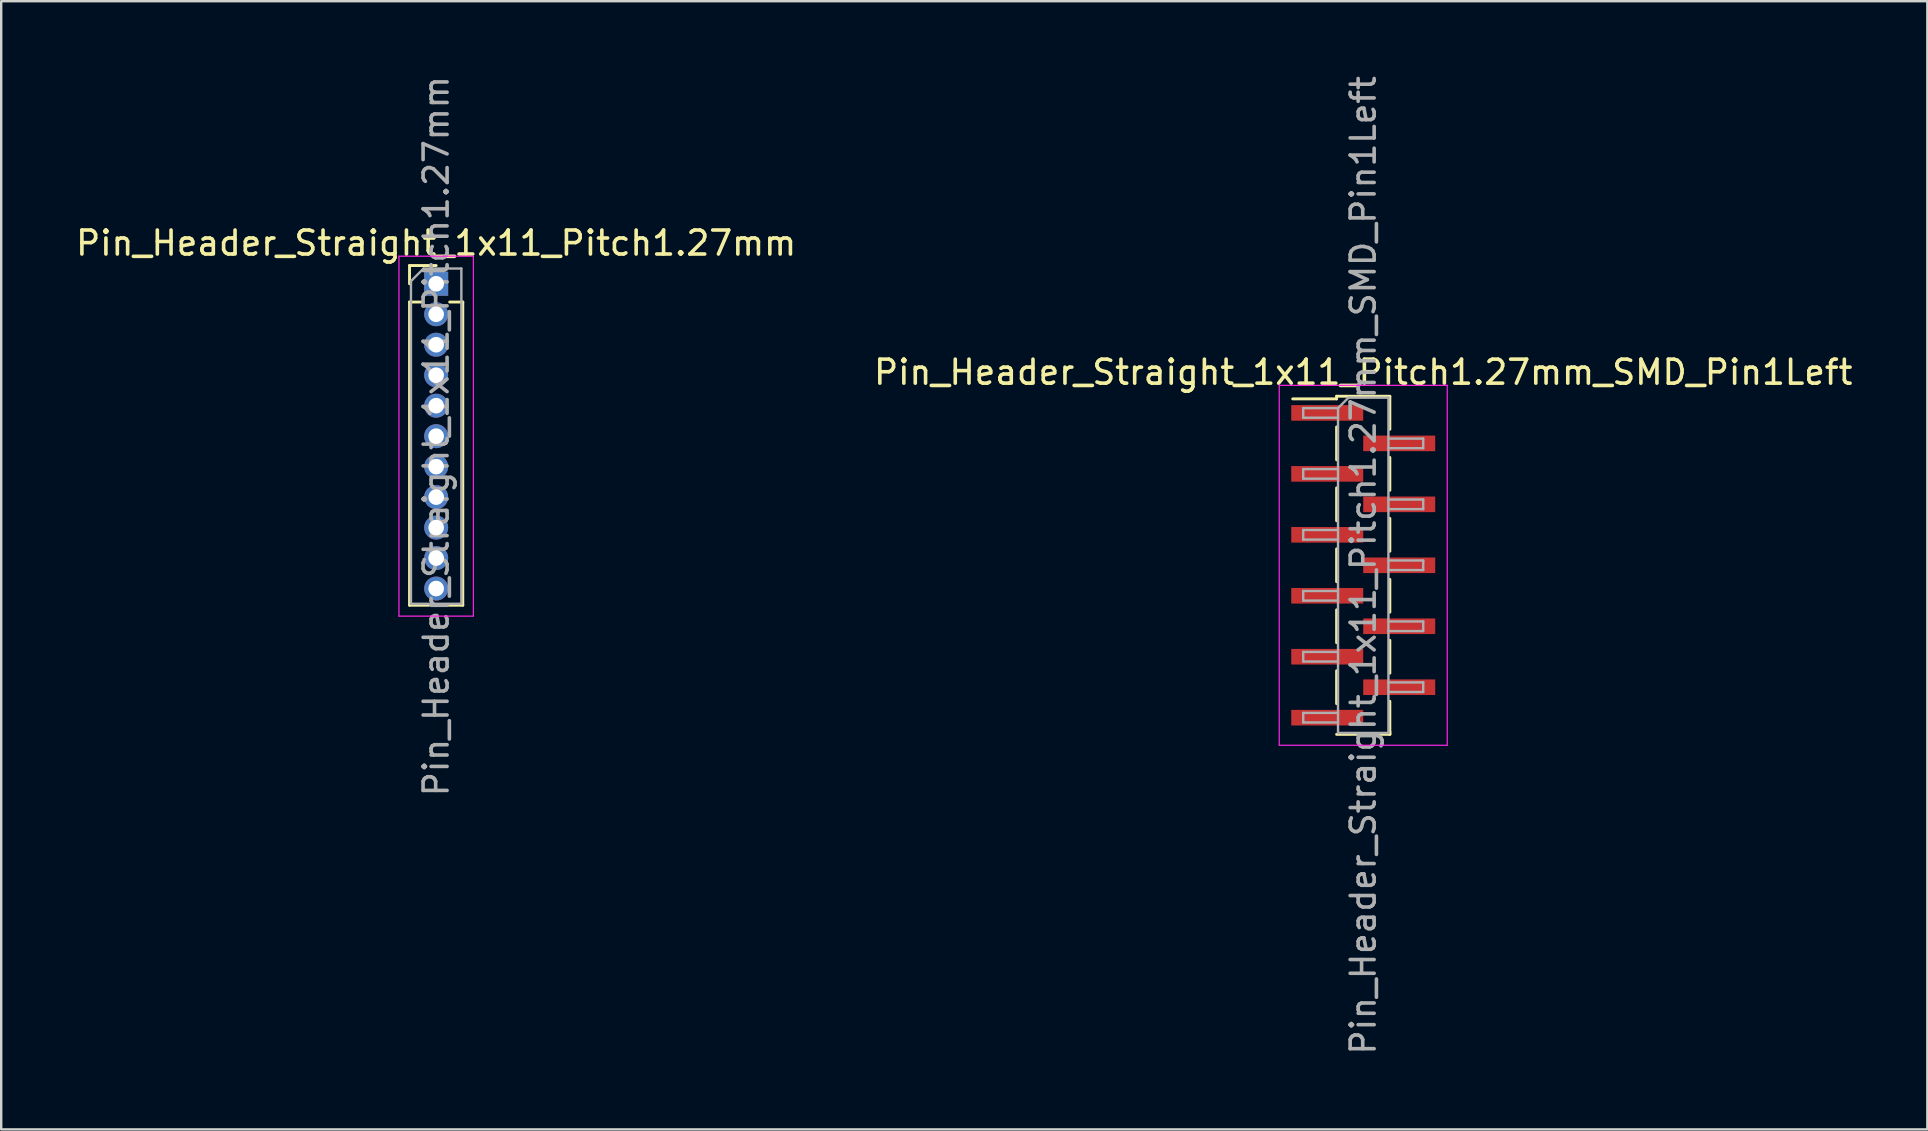
<source format=kicad_pcb>
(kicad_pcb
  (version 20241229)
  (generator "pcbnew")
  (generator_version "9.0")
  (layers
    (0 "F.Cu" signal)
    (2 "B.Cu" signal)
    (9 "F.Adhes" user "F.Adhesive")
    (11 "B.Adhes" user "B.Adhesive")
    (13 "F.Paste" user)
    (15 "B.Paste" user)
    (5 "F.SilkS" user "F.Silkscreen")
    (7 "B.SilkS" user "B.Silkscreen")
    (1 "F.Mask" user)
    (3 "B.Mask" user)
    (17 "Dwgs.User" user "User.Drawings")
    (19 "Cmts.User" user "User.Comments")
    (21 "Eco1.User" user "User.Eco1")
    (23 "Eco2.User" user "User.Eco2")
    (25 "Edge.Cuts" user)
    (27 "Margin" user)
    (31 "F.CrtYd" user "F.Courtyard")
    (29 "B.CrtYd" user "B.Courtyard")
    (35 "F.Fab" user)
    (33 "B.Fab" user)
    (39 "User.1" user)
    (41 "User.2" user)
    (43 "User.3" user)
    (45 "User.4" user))
  (footprint "Pin_Header_Straight_1x11_Pitch1.27mm"
    (layer "F.Cu")
    (at 15.125 8.775)
    (property "Reference" "Pin_Header_Straight_1x11_Pitch1.27mm" (at 0 -1.695 0) (layer "F.SilkS") (effects (font (size 1 1) (thickness 0.15))))
    (attr through_hole)
    (fp_line (start -1.11 -0.76) (end 0 -0.76) (stroke (width 0.12) (type solid)) (layer "F.SilkS"))
    (fp_line (start -1.11 0) (end -1.11 -0.76) (stroke (width 0.12) (type solid)) (layer "F.SilkS"))
    (fp_line (start -1.11 0.76) (end -1.11 13.395) (stroke (width 0.12) (type solid)) (layer "F.SilkS"))
    (fp_line (start -1.11 0.76) (end -0.563 0.76) (stroke (width 0.12) (type solid)) (layer "F.SilkS"))
    (fp_line (start -1.11 13.395) (end -0.308 13.395) (stroke (width 0.12) (type solid)) (layer "F.SilkS"))
    (fp_line (start 0.308 13.395) (end 1.11 13.395) (stroke (width 0.12) (type solid)) (layer "F.SilkS"))
    (fp_line (start 0.563 0.76) (end 1.11 0.76) (stroke (width 0.12) (type solid)) (layer "F.SilkS"))
    (fp_line (start 1.11 0.76) (end 1.11 13.395) (stroke (width 0.12) (type solid)) (layer "F.SilkS"))
    (fp_line (start -1.55 -1.15) (end -1.55 13.85) (stroke (width 0.05) (type solid)) (layer "F.CrtYd"))
    (fp_line (start -1.55 13.85) (end 1.55 13.85) (stroke (width 0.05) (type solid)) (layer "F.CrtYd"))
    (fp_line (start 1.55 -1.15) (end -1.55 -1.15) (stroke (width 0.05) (type solid)) (layer "F.CrtYd"))
    (fp_line (start 1.55 13.85) (end 1.55 -1.15) (stroke (width 0.05) (type solid)) (layer "F.CrtYd"))
    (fp_line (start -1.05 -0.11) (end -0.525 -0.635) (stroke (width 0.1) (type solid)) (layer "F.Fab"))
    (fp_line (start -1.05 13.335) (end -1.05 -0.11) (stroke (width 0.1) (type solid)) (layer "F.Fab"))
    (fp_line (start -0.525 -0.635) (end 1.05 -0.635) (stroke (width 0.1) (type solid)) (layer "F.Fab"))
    (fp_line (start 1.05 -0.635) (end 1.05 13.335) (stroke (width 0.1) (type solid)) (layer "F.Fab"))
    (fp_line (start 1.05 13.335) (end -1.05 13.335) (stroke (width 0.1) (type solid)) (layer "F.Fab"))
    (fp_text user "${REFERENCE}" (at 0 6.35 90) (layer "F.Fab") (effects (font (size 1 1) (thickness 0.15))))
    (pad "1" thru_hole rect (at 0 0) (size 1 1) (drill 0.65) (layers "*.Cu" "*.Mask"))
    (pad "2" thru_hole oval (at 0 1.27) (size 1 1) (drill 0.65) (layers "*.Cu" "*.Mask"))
    (pad "3" thru_hole oval (at 0 2.54) (size 1 1) (drill 0.65) (layers "*.Cu" "*.Mask"))
    (pad "4" thru_hole oval (at 0 3.81) (size 1 1) (drill 0.65) (layers "*.Cu" "*.Mask"))
    (pad "5" thru_hole oval (at 0 5.08) (size 1 1) (drill 0.65) (layers "*.Cu" "*.Mask"))
    (pad "6" thru_hole oval (at 0 6.35) (size 1 1) (drill 0.65) (layers "*.Cu" "*.Mask"))
    (pad "7" thru_hole oval (at 0 7.62) (size 1 1) (drill 0.65) (layers "*.Cu" "*.Mask"))
    (pad "8" thru_hole oval (at 0 8.89) (size 1 1) (drill 0.65) (layers "*.Cu" "*.Mask"))
    (pad "9" thru_hole oval (at 0 10.16) (size 1 1) (drill 0.65) (layers "*.Cu" "*.Mask"))
    (pad "10" thru_hole oval (at 0 11.43) (size 1 1) (drill 0.65) (layers "*.Cu" "*.Mask"))
    (pad "11" thru_hole oval (at 0 12.7) (size 1 1) (drill 0.65) (layers "*.Cu" "*.Mask")))
  (footprint "Pin_Header_Straight_1x11_Pitch1.27mm_SMD_Pin1Left"
    (layer "F.Cu")
    (at 53.756 20.506)
    (property "Reference" "Pin_Header_Straight_1x11_Pitch1.27mm_SMD_Pin1Left" (at 0 -8.045 0) (layer "F.SilkS") (effects (font (size 1 1) (thickness 0.15))))
    (attr smd)
    (fp_line (start -1.11 -7.045) (end -1.11 -6.935) (stroke (width 0.12) (type solid)) (layer "F.SilkS"))
    (fp_line (start -1.11 -7.045) (end 1.11 -7.045) (stroke (width 0.12) (type solid)) (layer "F.SilkS"))
    (fp_line (start -1.11 -6.935) (end -2.94 -6.935) (stroke (width 0.12) (type solid)) (layer "F.SilkS"))
    (fp_line (start -1.11 -5.765) (end -1.11 -4.395) (stroke (width 0.12) (type solid)) (layer "F.SilkS"))
    (fp_line (start -1.11 -3.225) (end -1.11 -1.855) (stroke (width 0.12) (type solid)) (layer "F.SilkS"))
    (fp_line (start -1.11 -0.685) (end -1.11 0.685) (stroke (width 0.12) (type solid)) (layer "F.SilkS"))
    (fp_line (start -1.11 1.855) (end -1.11 3.225) (stroke (width 0.12) (type solid)) (layer "F.SilkS"))
    (fp_line (start -1.11 4.395) (end -1.11 5.765) (stroke (width 0.12) (type solid)) (layer "F.SilkS"))
    (fp_line (start -1.11 7.045) (end 1.11 7.045) (stroke (width 0.12) (type solid)) (layer "F.SilkS"))
    (fp_line (start 1.11 -7.035) (end 1.11 -5.665) (stroke (width 0.12) (type solid)) (layer "F.SilkS"))
    (fp_line (start 1.11 -4.495) (end 1.11 -3.125) (stroke (width 0.12) (type solid)) (layer "F.SilkS"))
    (fp_line (start 1.11 -1.955) (end 1.11 -0.585) (stroke (width 0.12) (type solid)) (layer "F.SilkS"))
    (fp_line (start 1.11 0.585) (end 1.11 1.955) (stroke (width 0.12) (type solid)) (layer "F.SilkS"))
    (fp_line (start 1.11 3.125) (end 1.11 4.495) (stroke (width 0.12) (type solid)) (layer "F.SilkS"))
    (fp_line (start 1.11 5.665) (end 1.11 7.035) (stroke (width 0.12) (type solid)) (layer "F.SilkS"))
    (fp_line (start 1.11 6.935) (end 1.11 7.045) (stroke (width 0.12) (type solid)) (layer "F.SilkS"))
    (fp_line (start -3.5 -7.5) (end -3.5 7.5) (stroke (width 0.05) (type solid)) (layer "F.CrtYd"))
    (fp_line (start -3.5 7.5) (end 3.5 7.5) (stroke (width 0.05) (type solid)) (layer "F.CrtYd"))
    (fp_line (start 3.5 -7.5) (end -3.5 -7.5) (stroke (width 0.05) (type solid)) (layer "F.CrtYd"))
    (fp_line (start 3.5 7.5) (end 3.5 -7.5) (stroke (width 0.05) (type solid)) (layer "F.CrtYd"))
    (fp_line (start -2.5 -6.55) (end -2.5 -6.15) (stroke (width 0.1) (type solid)) (layer "F.Fab"))
    (fp_line (start -2.5 -6.15) (end -1.05 -6.15) (stroke (width 0.1) (type solid)) (layer "F.Fab"))
    (fp_line (start -2.5 -4.01) (end -2.5 -3.61) (stroke (width 0.1) (type solid)) (layer "F.Fab"))
    (fp_line (start -2.5 -3.61) (end -1.05 -3.61) (stroke (width 0.1) (type solid)) (layer "F.Fab"))
    (fp_line (start -2.5 -1.47) (end -2.5 -1.07) (stroke (width 0.1) (type solid)) (layer "F.Fab"))
    (fp_line (start -2.5 -1.07) (end -1.05 -1.07) (stroke (width 0.1) (type solid)) (layer "F.Fab"))
    (fp_line (start -2.5 1.07) (end -2.5 1.47) (stroke (width 0.1) (type solid)) (layer "F.Fab"))
    (fp_line (start -2.5 1.47) (end -1.05 1.47) (stroke (width 0.1) (type solid)) (layer "F.Fab"))
    (fp_line (start -2.5 3.61) (end -2.5 4.01) (stroke (width 0.1) (type solid)) (layer "F.Fab"))
    (fp_line (start -2.5 4.01) (end -1.05 4.01) (stroke (width 0.1) (type solid)) (layer "F.Fab"))
    (fp_line (start -2.5 6.15) (end -2.5 6.55) (stroke (width 0.1) (type solid)) (layer "F.Fab"))
    (fp_line (start -2.5 6.55) (end -1.05 6.55) (stroke (width 0.1) (type solid)) (layer "F.Fab"))
    (fp_line (start -1.05 -6.55) (end -2.5 -6.55) (stroke (width 0.1) (type solid)) (layer "F.Fab"))
    (fp_line (start -1.05 -6.55) (end -0.615 -6.985) (stroke (width 0.1) (type solid)) (layer "F.Fab"))
    (fp_line (start -1.05 -4.01) (end -2.5 -4.01) (stroke (width 0.1) (type solid)) (layer "F.Fab"))
    (fp_line (start -1.05 -1.47) (end -2.5 -1.47) (stroke (width 0.1) (type solid)) (layer "F.Fab"))
    (fp_line (start -1.05 1.07) (end -2.5 1.07) (stroke (width 0.1) (type solid)) (layer "F.Fab"))
    (fp_line (start -1.05 3.61) (end -2.5 3.61) (stroke (width 0.1) (type solid)) (layer "F.Fab"))
    (fp_line (start -1.05 6.15) (end -2.5 6.15) (stroke (width 0.1) (type solid)) (layer "F.Fab"))
    (fp_line (start -1.05 6.985) (end -1.05 -6.55) (stroke (width 0.1) (type solid)) (layer "F.Fab"))
    (fp_line (start -0.615 -6.985) (end 1.05 -6.985) (stroke (width 0.1) (type solid)) (layer "F.Fab"))
    (fp_line (start 1.05 -6.985) (end 1.05 6.985) (stroke (width 0.1) (type solid)) (layer "F.Fab"))
    (fp_line (start 1.05 -5.28) (end 2.5 -5.28) (stroke (width 0.1) (type solid)) (layer "F.Fab"))
    (fp_line (start 1.05 -2.74) (end 2.5 -2.74) (stroke (width 0.1) (type solid)) (layer "F.Fab"))
    (fp_line (start 1.05 -0.2) (end 2.5 -0.2) (stroke (width 0.1) (type solid)) (layer "F.Fab"))
    (fp_line (start 1.05 2.34) (end 2.5 2.34) (stroke (width 0.1) (type solid)) (layer "F.Fab"))
    (fp_line (start 1.05 4.88) (end 2.5 4.88) (stroke (width 0.1) (type solid)) (layer "F.Fab"))
    (fp_line (start 1.05 6.985) (end -1.05 6.985) (stroke (width 0.1) (type solid)) (layer "F.Fab"))
    (fp_line (start 2.5 -5.28) (end 2.5 -4.88) (stroke (width 0.1) (type solid)) (layer "F.Fab"))
    (fp_line (start 2.5 -4.88) (end 1.05 -4.88) (stroke (width 0.1) (type solid)) (layer "F.Fab"))
    (fp_line (start 2.5 -2.74) (end 2.5 -2.34) (stroke (width 0.1) (type solid)) (layer "F.Fab"))
    (fp_line (start 2.5 -2.34) (end 1.05 -2.34) (stroke (width 0.1) (type solid)) (layer "F.Fab"))
    (fp_line (start 2.5 -0.2) (end 2.5 0.2) (stroke (width 0.1) (type solid)) (layer "F.Fab"))
    (fp_line (start 2.5 0.2) (end 1.05 0.2) (stroke (width 0.1) (type solid)) (layer "F.Fab"))
    (fp_line (start 2.5 2.34) (end 2.5 2.74) (stroke (width 0.1) (type solid)) (layer "F.Fab"))
    (fp_line (start 2.5 2.74) (end 1.05 2.74) (stroke (width 0.1) (type solid)) (layer "F.Fab"))
    (fp_line (start 2.5 4.88) (end 2.5 5.28) (stroke (width 0.1) (type solid)) (layer "F.Fab"))
    (fp_line (start 2.5 5.28) (end 1.05 5.28) (stroke (width 0.1) (type solid)) (layer "F.Fab"))
    (fp_text user "${REFERENCE}" (at 0 0 90) (layer "F.Fab") (effects (font (size 1 1) (thickness 0.15))))
    (pad "1" smd rect (at -1.5 -6.35) (size 3 0.65) (layers "F.Cu" "F.Mask" "F.Paste"))
    (pad "2" smd rect (at 1.5 -5.08) (size 3 0.65) (layers "F.Cu" "F.Mask" "F.Paste"))
    (pad "3" smd rect (at -1.5 -3.81) (size 3 0.65) (layers "F.Cu" "F.Mask" "F.Paste"))
    (pad "4" smd rect (at 1.5 -2.54) (size 3 0.65) (layers "F.Cu" "F.Mask" "F.Paste"))
    (pad "5" smd rect (at -1.5 -1.27) (size 3 0.65) (layers "F.Cu" "F.Mask" "F.Paste"))
    (pad "6" smd rect (at 1.5 0) (size 3 0.65) (layers "F.Cu" "F.Mask" "F.Paste"))
    (pad "7" smd rect (at -1.5 1.27) (size 3 0.65) (layers "F.Cu" "F.Mask" "F.Paste"))
    (pad "8" smd rect (at 1.5 2.54) (size 3 0.65) (layers "F.Cu" "F.Mask" "F.Paste"))
    (pad "9" smd rect (at -1.5 3.81) (size 3 0.65) (layers "F.Cu" "F.Mask" "F.Paste"))
    (pad "10" smd rect (at 1.5 5.08) (size 3 0.65) (layers "F.Cu" "F.Mask" "F.Paste"))
    (pad "11" smd rect (at -1.5 6.35) (size 3 0.65) (layers "F.Cu" "F.Mask" "F.Paste")))
  (gr_rect
    (start -3 -3)
    (end 77.262 44.012)
    (stroke (width 0.1) (type default))
    (fill no)
    (layer "Edge.Cuts")))
</source>
